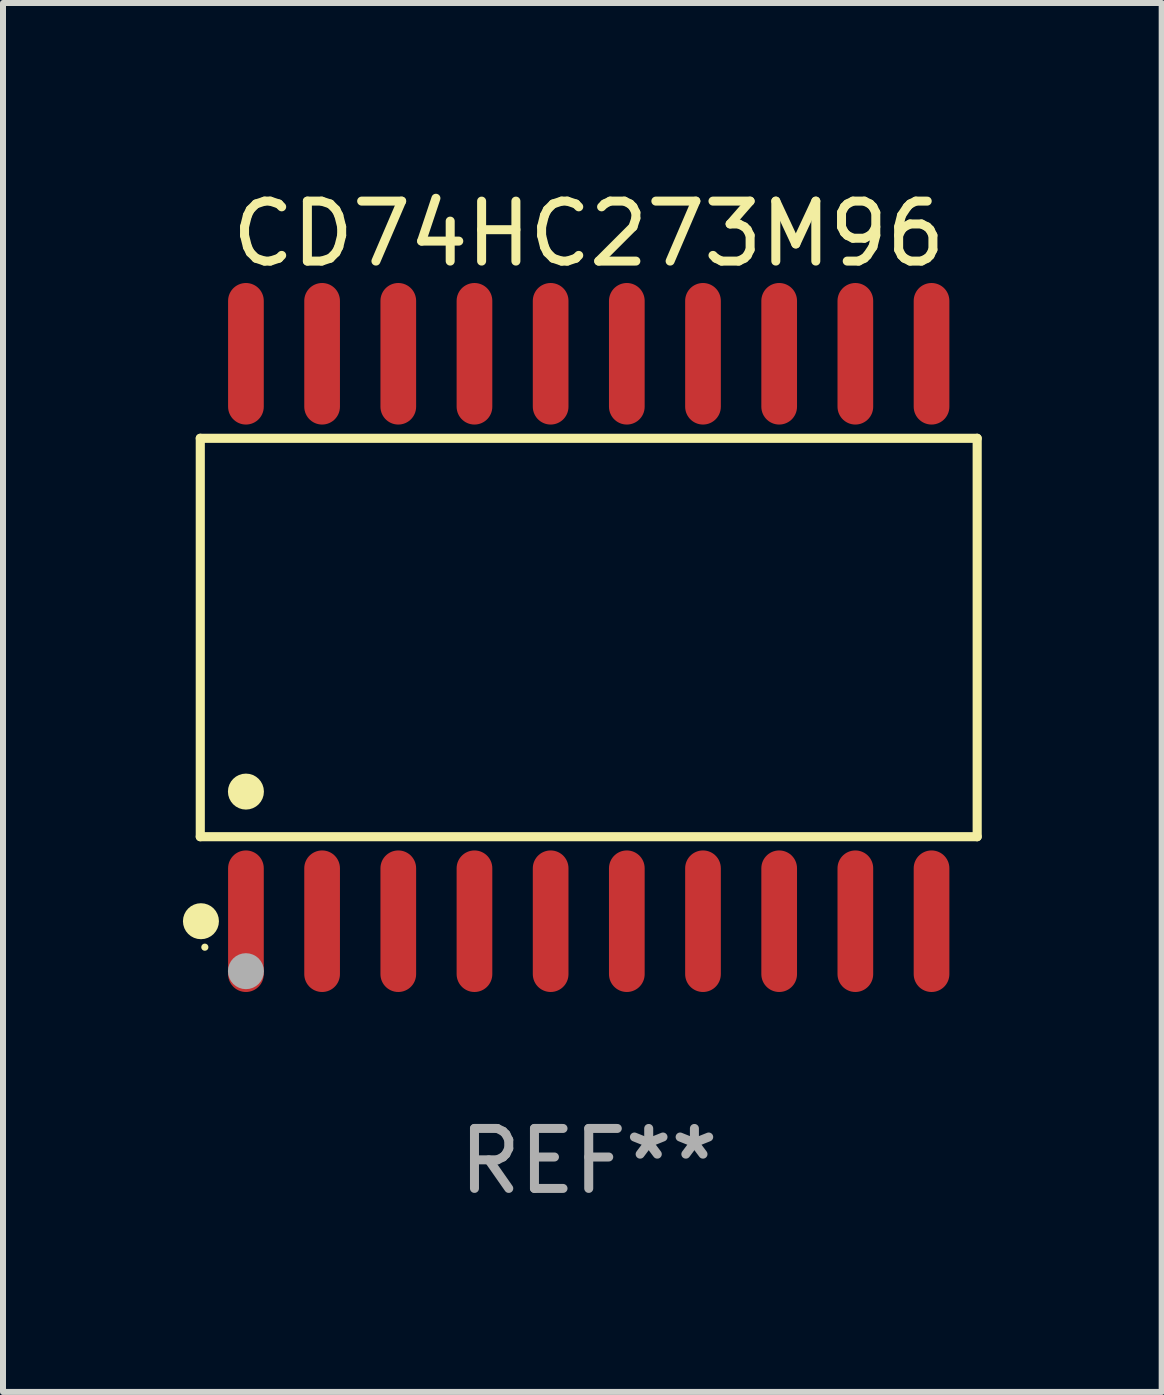
<source format=kicad_pcb>
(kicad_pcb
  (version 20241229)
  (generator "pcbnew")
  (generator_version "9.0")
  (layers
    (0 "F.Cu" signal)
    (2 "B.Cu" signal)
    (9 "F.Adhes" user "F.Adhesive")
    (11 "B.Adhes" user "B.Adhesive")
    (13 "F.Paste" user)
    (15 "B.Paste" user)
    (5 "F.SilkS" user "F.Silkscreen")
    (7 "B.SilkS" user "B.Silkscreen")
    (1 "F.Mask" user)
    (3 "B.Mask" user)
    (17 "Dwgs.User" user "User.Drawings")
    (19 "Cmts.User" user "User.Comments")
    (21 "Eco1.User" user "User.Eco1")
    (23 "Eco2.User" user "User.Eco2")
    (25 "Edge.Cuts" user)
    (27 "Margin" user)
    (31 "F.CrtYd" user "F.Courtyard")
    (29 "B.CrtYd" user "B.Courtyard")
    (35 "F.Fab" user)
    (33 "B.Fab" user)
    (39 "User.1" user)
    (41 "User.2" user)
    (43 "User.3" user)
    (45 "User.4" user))
  (footprint "CD74HC273M96"
    (layer "F.Cu")
    (at 6.765 7.578)
    (property "Reference" "CD74HC273M96" (at 0 -6.73 0) (layer "F.SilkS") (effects (font (size 1 1) (thickness 0.15))))
    (attr through_hole)
    (fp_line (start -6.476 -3.321) (end 6.476 -3.321) (stroke (width 0.152) (type solid)) (layer "F.SilkS"))
    (fp_line (start -6.476 3.321) (end -6.476 -3.321) (stroke (width 0.152) (type solid)) (layer "F.SilkS"))
    (fp_line (start 6.476 -3.321) (end 6.476 3.321) (stroke (width 0.152) (type solid)) (layer "F.SilkS"))
    (fp_line (start 6.476 3.321) (end -6.476 3.321) (stroke (width 0.152) (type solid)) (layer "F.SilkS"))
    (fp_circle (center -6.465 4.73) (end -6.315 4.73) (stroke (width 0.3) (type solid)) (fill no) (layer "F.SilkS"))
    (fp_circle (center -6.4 5.163) (end -6.37 5.163) (stroke (width 0.06) (type solid)) (fill no) (layer "F.SilkS"))
    (fp_circle (center -5.715 2.569) (end -5.565 2.569) (stroke (width 0.3) (type solid)) (fill no) (layer "F.SilkS"))
    (fp_circle (center -5.715 5.563) (end -5.565 5.563) (stroke (width 0.3) (type solid)) (fill no) (layer "F.Fab"))
    (fp_text user "REF**" (at 0 8.73 0) (layer "F.Fab") (effects (font (size 1 1) (thickness 0.15))))
    (pad "1" smd oval (at -5.715 4.73) (size 0.595 2.36) (layers "F.Cu" "F.Mask" "F.Paste"))
    (pad "2" smd oval (at -4.445 4.73) (size 0.595 2.36) (layers "F.Cu" "F.Mask" "F.Paste"))
    (pad "3" smd oval (at -3.175 4.73) (size 0.595 2.36) (layers "F.Cu" "F.Mask" "F.Paste"))
    (pad "4" smd oval (at -1.905 4.73) (size 0.595 2.36) (layers "F.Cu" "F.Mask" "F.Paste"))
    (pad "5" smd oval (at -0.635 4.73) (size 0.595 2.36) (layers "F.Cu" "F.Mask" "F.Paste"))
    (pad "6" smd oval (at 0.635 4.73) (size 0.595 2.36) (layers "F.Cu" "F.Mask" "F.Paste"))
    (pad "7" smd oval (at 1.905 4.73) (size 0.595 2.36) (layers "F.Cu" "F.Mask" "F.Paste"))
    (pad "8" smd oval (at 3.175 4.73) (size 0.595 2.36) (layers "F.Cu" "F.Mask" "F.Paste"))
    (pad "9" smd oval (at 4.445 4.73) (size 0.595 2.36) (layers "F.Cu" "F.Mask" "F.Paste"))
    (pad "10" smd oval (at 5.715 4.73) (size 0.595 2.36) (layers "F.Cu" "F.Mask" "F.Paste"))
    (pad "11" smd oval (at 5.715 -4.73) (size 0.595 2.36) (layers "F.Cu" "F.Mask" "F.Paste"))
    (pad "12" smd oval (at 4.445 -4.73) (size 0.595 2.36) (layers "F.Cu" "F.Mask" "F.Paste"))
    (pad "13" smd oval (at 3.175 -4.73) (size 0.595 2.36) (layers "F.Cu" "F.Mask" "F.Paste"))
    (pad "14" smd oval (at 1.905 -4.73) (size 0.595 2.36) (layers "F.Cu" "F.Mask" "F.Paste"))
    (pad "15" smd oval (at 0.635 -4.73) (size 0.595 2.36) (layers "F.Cu" "F.Mask" "F.Paste"))
    (pad "16" smd oval (at -0.635 -4.73) (size 0.595 2.36) (layers "F.Cu" "F.Mask" "F.Paste"))
    (pad "17" smd oval (at -1.905 -4.73) (size 0.595 2.36) (layers "F.Cu" "F.Mask" "F.Paste"))
    (pad "18" smd oval (at -3.175 -4.73) (size 0.595 2.36) (layers "F.Cu" "F.Mask" "F.Paste"))
    (pad "19" smd oval (at -4.445 -4.73) (size 0.595 2.36) (layers "F.Cu" "F.Mask" "F.Paste"))
    (pad "20" smd oval (at -5.715 -4.73) (size 0.595 2.36) (layers "F.Cu" "F.Mask" "F.Paste")))
  (gr_rect
    (start -3 -3)
    (end 16.317 20.156)
    (stroke (width 0.1) (type default))
    (fill no)
    (layer "Edge.Cuts")))
</source>
